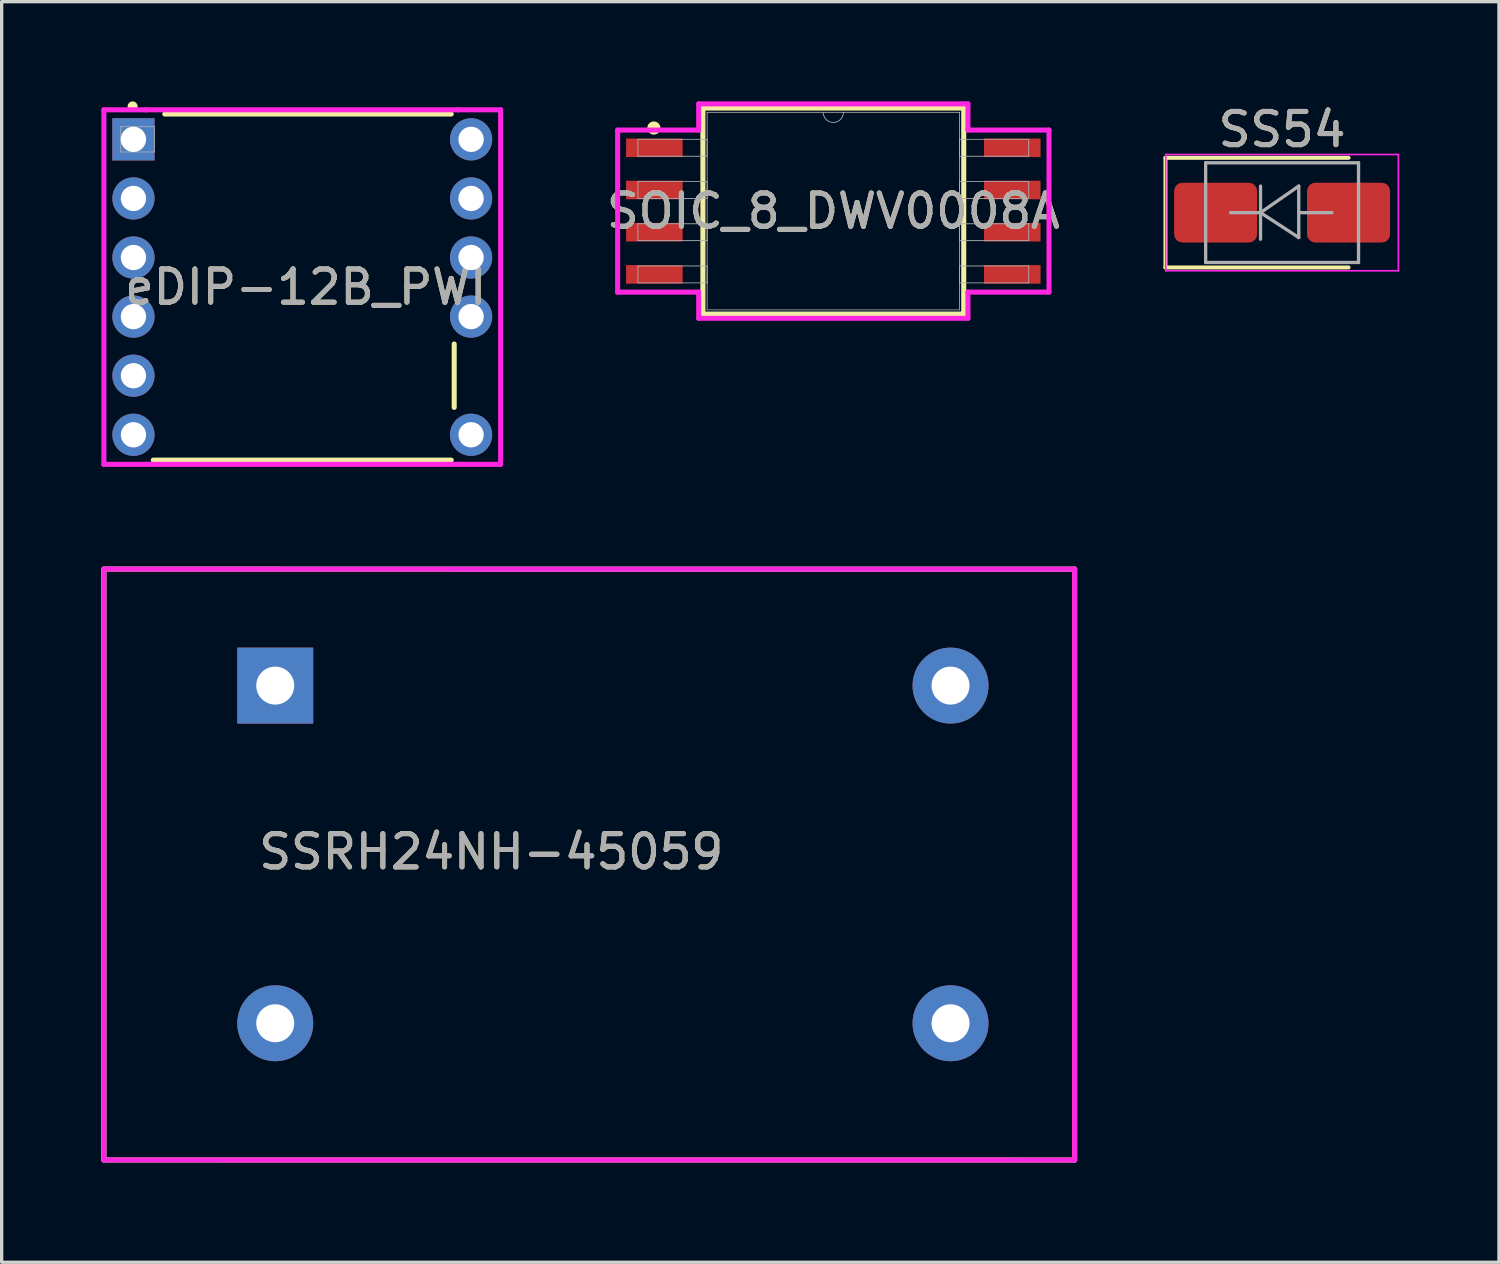
<source format=kicad_pcb>
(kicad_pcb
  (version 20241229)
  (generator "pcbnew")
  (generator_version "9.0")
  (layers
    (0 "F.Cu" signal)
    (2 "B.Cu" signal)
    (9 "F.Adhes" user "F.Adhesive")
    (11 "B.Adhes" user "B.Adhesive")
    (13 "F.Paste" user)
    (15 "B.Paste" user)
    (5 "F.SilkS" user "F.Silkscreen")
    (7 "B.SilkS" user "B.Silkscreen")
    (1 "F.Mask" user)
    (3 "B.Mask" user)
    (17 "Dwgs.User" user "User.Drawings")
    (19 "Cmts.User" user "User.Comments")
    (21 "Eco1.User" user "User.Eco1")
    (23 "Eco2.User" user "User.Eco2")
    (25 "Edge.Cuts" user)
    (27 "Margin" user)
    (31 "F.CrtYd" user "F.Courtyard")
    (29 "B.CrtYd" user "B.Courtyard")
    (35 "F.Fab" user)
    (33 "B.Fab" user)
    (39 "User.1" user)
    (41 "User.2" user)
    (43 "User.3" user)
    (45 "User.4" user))
  (footprint "SOIC_8_DWV0008A"
    (layer "F.Cu")
    (at 22.025 3.302)
    (property "Reference" "SOIC_8_DWV0008A" (at 0 0 0) (unlocked yes) (layer "F.SilkS") (effects (font (size 1 1) (thickness 0.15))))
    (attr smd)
    (fp_line (start -3.924 -3.099) (end -3.924 3.099) (stroke (width 0.152) (type solid)) (layer "F.SilkS"))
    (fp_line (start -3.924 3.099) (end 3.924 3.099) (stroke (width 0.152) (type solid)) (layer "F.SilkS"))
    (fp_line (start 3.924 -3.099) (end -3.924 -3.099) (stroke (width 0.152) (type solid)) (layer "F.SilkS"))
    (fp_line (start 3.924 3.099) (end 3.924 -3.099) (stroke (width 0.152) (type solid)) (layer "F.SilkS"))
    (fp_circle (center -5.4 -2.5) (end -5.3 -2.5) (stroke (width 0.2) (type solid)) (fill no) (layer "F.SilkS"))
    (fp_line (start -6.49 -2.438) (end -4.051 -2.438) (stroke (width 0.152) (type solid)) (layer "F.CrtYd"))
    (fp_line (start -6.49 2.438) (end -6.49 -2.438) (stroke (width 0.152) (type solid)) (layer "F.CrtYd"))
    (fp_line (start -6.49 2.438) (end -4.051 2.438) (stroke (width 0.152) (type solid)) (layer "F.CrtYd"))
    (fp_line (start -4.051 -3.226) (end 4.051 -3.226) (stroke (width 0.152) (type solid)) (layer "F.CrtYd"))
    (fp_line (start -4.051 -2.438) (end -4.051 -3.226) (stroke (width 0.152) (type solid)) (layer "F.CrtYd"))
    (fp_line (start -4.051 3.226) (end -4.051 2.438) (stroke (width 0.152) (type solid)) (layer "F.CrtYd"))
    (fp_line (start 4.051 -3.226) (end 4.051 -2.438) (stroke (width 0.152) (type solid)) (layer "F.CrtYd"))
    (fp_line (start 4.051 2.438) (end 4.051 3.226) (stroke (width 0.152) (type solid)) (layer "F.CrtYd"))
    (fp_line (start 4.051 3.226) (end -4.051 3.226) (stroke (width 0.152) (type solid)) (layer "F.CrtYd"))
    (fp_line (start 6.49 -2.438) (end 4.051 -2.438) (stroke (width 0.152) (type solid)) (layer "F.CrtYd"))
    (fp_line (start 6.49 -2.438) (end 6.49 2.438) (stroke (width 0.152) (type solid)) (layer "F.CrtYd"))
    (fp_line (start 6.49 2.438) (end 4.051 2.438) (stroke (width 0.152) (type solid)) (layer "F.CrtYd"))
    (fp_line (start -5.88 -2.159) (end -5.88 -1.651) (stroke (width 0.025) (type solid)) (layer "F.Fab"))
    (fp_line (start -5.88 -1.651) (end -3.797 -1.651) (stroke (width 0.025) (type solid)) (layer "F.Fab"))
    (fp_line (start -5.88 -0.889) (end -5.88 -0.381) (stroke (width 0.025) (type solid)) (layer "F.Fab"))
    (fp_line (start -5.88 -0.381) (end -3.797 -0.381) (stroke (width 0.025) (type solid)) (layer "F.Fab"))
    (fp_line (start -5.88 0.381) (end -5.88 0.889) (stroke (width 0.025) (type solid)) (layer "F.Fab"))
    (fp_line (start -5.88 0.889) (end -3.797 0.889) (stroke (width 0.025) (type solid)) (layer "F.Fab"))
    (fp_line (start -5.88 1.651) (end -5.88 2.159) (stroke (width 0.025) (type solid)) (layer "F.Fab"))
    (fp_line (start -5.88 2.159) (end -3.797 2.159) (stroke (width 0.025) (type solid)) (layer "F.Fab"))
    (fp_line (start -3.797 -2.972) (end -3.797 2.972) (stroke (width 0.025) (type solid)) (layer "F.Fab"))
    (fp_line (start -3.797 -2.159) (end -5.88 -2.159) (stroke (width 0.025) (type solid)) (layer "F.Fab"))
    (fp_line (start -3.797 -1.651) (end -3.797 -2.159) (stroke (width 0.025) (type solid)) (layer "F.Fab"))
    (fp_line (start -3.797 -0.889) (end -5.88 -0.889) (stroke (width 0.025) (type solid)) (layer "F.Fab"))
    (fp_line (start -3.797 -0.381) (end -3.797 -0.889) (stroke (width 0.025) (type solid)) (layer "F.Fab"))
    (fp_line (start -3.797 0.381) (end -5.88 0.381) (stroke (width 0.025) (type solid)) (layer "F.Fab"))
    (fp_line (start -3.797 0.889) (end -3.797 0.381) (stroke (width 0.025) (type solid)) (layer "F.Fab"))
    (fp_line (start -3.797 1.651) (end -5.88 1.651) (stroke (width 0.025) (type solid)) (layer "F.Fab"))
    (fp_line (start -3.797 2.159) (end -3.797 1.651) (stroke (width 0.025) (type solid)) (layer "F.Fab"))
    (fp_line (start -3.797 2.972) (end 3.797 2.972) (stroke (width 0.025) (type solid)) (layer "F.Fab"))
    (fp_line (start 3.797 -2.972) (end -3.797 -2.972) (stroke (width 0.025) (type solid)) (layer "F.Fab"))
    (fp_line (start 3.797 -2.159) (end 3.797 -1.651) (stroke (width 0.025) (type solid)) (layer "F.Fab"))
    (fp_line (start 3.797 -1.651) (end 5.88 -1.651) (stroke (width 0.025) (type solid)) (layer "F.Fab"))
    (fp_line (start 3.797 -0.889) (end 3.797 -0.381) (stroke (width 0.025) (type solid)) (layer "F.Fab"))
    (fp_line (start 3.797 -0.381) (end 5.88 -0.381) (stroke (width 0.025) (type solid)) (layer "F.Fab"))
    (fp_line (start 3.797 0.381) (end 3.797 0.889) (stroke (width 0.025) (type solid)) (layer "F.Fab"))
    (fp_line (start 3.797 0.889) (end 5.88 0.889) (stroke (width 0.025) (type solid)) (layer "F.Fab"))
    (fp_line (start 3.797 1.651) (end 3.797 2.159) (stroke (width 0.025) (type solid)) (layer "F.Fab"))
    (fp_line (start 3.797 2.159) (end 5.88 2.159) (stroke (width 0.025) (type solid)) (layer "F.Fab"))
    (fp_line (start 3.797 2.972) (end 3.797 -2.972) (stroke (width 0.025) (type solid)) (layer "F.Fab"))
    (fp_line (start 5.88 -2.159) (end 3.797 -2.159) (stroke (width 0.025) (type solid)) (layer "F.Fab"))
    (fp_line (start 5.88 -1.651) (end 5.88 -2.159) (stroke (width 0.025) (type solid)) (layer "F.Fab"))
    (fp_line (start 5.88 -0.889) (end 3.797 -0.889) (stroke (width 0.025) (type solid)) (layer "F.Fab"))
    (fp_line (start 5.88 -0.381) (end 5.88 -0.889) (stroke (width 0.025) (type solid)) (layer "F.Fab"))
    (fp_line (start 5.88 0.381) (end 3.797 0.381) (stroke (width 0.025) (type solid)) (layer "F.Fab"))
    (fp_line (start 5.88 0.889) (end 5.88 0.381) (stroke (width 0.025) (type solid)) (layer "F.Fab"))
    (fp_line (start 5.88 1.651) (end 3.797 1.651) (stroke (width 0.025) (type solid)) (layer "F.Fab"))
    (fp_line (start 5.88 2.159) (end 5.88 1.651) (stroke (width 0.025) (type solid)) (layer "F.Fab"))
    (fp_arc (start 0.3048 -2.9718) (mid 0 -2.667) (end -0.3048 -2.9718) (stroke (width 0.0254) (type solid)) (layer "F.Fab"))
    (fp_text user "${REFERENCE}" (at 0 0 0) (unlocked yes) (layer "F.Fab") (effects (font (size 1 1) (thickness 0.15))))
    (pad "1" smd rect (at -5.385 -1.905) (size 1.702 0.559) (layers "F.Cu" "F.Mask" "F.Paste"))
    (pad "2" smd rect (at -5.385 -0.635) (size 1.702 0.559) (layers "F.Cu" "F.Mask" "F.Paste"))
    (pad "3" smd rect (at -5.385 0.635) (size 1.702 0.559) (layers "F.Cu" "F.Mask" "F.Paste"))
    (pad "4" smd rect (at -5.385 1.905) (size 1.702 0.559) (layers "F.Cu" "F.Mask" "F.Paste"))
    (pad "5" smd rect (at 5.385 1.905) (size 1.702 0.559) (layers "F.Cu" "F.Mask" "F.Paste"))
    (pad "6" smd rect (at 5.385 0.635) (size 1.702 0.559) (layers "F.Cu" "F.Mask" "F.Paste"))
    (pad "7" smd rect (at 5.385 -0.635) (size 1.702 0.559) (layers "F.Cu" "F.Mask" "F.Paste"))
    (pad "8" smd rect (at 5.385 -1.905) (size 1.702 0.559) (layers "F.Cu" "F.Mask" "F.Paste")))
  (footprint "SS54"
    (layer "F.Cu")
    (at 35.529 3.348)
    (property "Reference" "SS54" (at 0 -2.5 0) (layer "F.SilkS") (effects (font (size 1 1) (thickness 0.15))))
    (attr smd)
    (fp_line (start -3.51 -1.65) (end -3.51 1.65) (stroke (width 0.12) (type solid)) (layer "F.SilkS"))
    (fp_line (start -3.51 -1.65) (end 2 -1.65) (stroke (width 0.12) (type solid)) (layer "F.SilkS"))
    (fp_line (start -3.51 1.65) (end 2 1.65) (stroke (width 0.12) (type solid)) (layer "F.SilkS"))
    (fp_line (start -3.5 -1.75) (end 3.5 -1.75) (stroke (width 0.05) (type solid)) (layer "F.CrtYd"))
    (fp_line (start -3.5 1.75) (end -3.5 -1.75) (stroke (width 0.05) (type solid)) (layer "F.CrtYd"))
    (fp_line (start 3.5 -1.75) (end 3.5 1.75) (stroke (width 0.05) (type solid)) (layer "F.CrtYd"))
    (fp_line (start 3.5 1.75) (end -3.5 1.75) (stroke (width 0.05) (type solid)) (layer "F.CrtYd"))
    (fp_line (start -2.3 1.5) (end -2.3 -1.5) (stroke (width 0.1) (type solid)) (layer "F.Fab"))
    (fp_line (start -0.649 -0.799) (end -0.649 0.801) (stroke (width 0.1) (type solid)) (layer "F.Fab"))
    (fp_line (start -0.649 0.001) (end -1.551 0.001) (stroke (width 0.1) (type solid)) (layer "F.Fab"))
    (fp_line (start -0.649 0.001) (end 0.501 -0.799) (stroke (width 0.1) (type solid)) (layer "F.Fab"))
    (fp_line (start -0.649 0.001) (end 0.501 0.75) (stroke (width 0.1) (type solid)) (layer "F.Fab"))
    (fp_line (start 0.501 0.001) (end 1.499 0.001) (stroke (width 0.1) (type solid)) (layer "F.Fab"))
    (fp_line (start 0.501 0.75) (end 0.501 -0.799) (stroke (width 0.1) (type solid)) (layer "F.Fab"))
    (fp_line (start 2.3 -1.5) (end -2.3 -1.5) (stroke (width 0.1) (type solid)) (layer "F.Fab"))
    (fp_line (start 2.3 -1.5) (end 2.3 1.5) (stroke (width 0.1) (type solid)) (layer "F.Fab"))
    (fp_line (start 2.3 1.5) (end -2.3 1.5) (stroke (width 0.1) (type solid)) (layer "F.Fab"))
    (fp_text user "${REFERENCE}" (at 0 -2.5 0) (layer "F.Fab") (effects (font (size 1 1) (thickness 0.15))))
    (pad "1" smd roundrect (at -2 0) (size 2.5 1.8) (layers "F.Cu" "F.Mask" "F.Paste") (roundrect_rratio 0.139))
    (pad "2" smd roundrect (at 2 0) (size 2.5 1.8) (layers "F.Cu" "F.Mask" "F.Paste") (roundrect_rratio 0.139)))
  (footprint "eDIP-12B_PWI"
    (layer "F.Cu")
    (at 0.965 1.143)
    (property "Reference" "eDIP-12B_PWI" (at 5.182 4.445 0) (unlocked yes) (layer "F.SilkS") (effects (font (size 1 1) (thickness 0.15))))
    (attr through_hole)
    (fp_line (start 0.597 9.652) (end 9.563 9.652) (stroke (width 0.152) (type solid)) (layer "F.SilkS"))
    (fp_line (start 9.563 -0.762) (end 0.943 -0.762) (stroke (width 0.152) (type solid)) (layer "F.SilkS"))
    (fp_line (start 9.652 8.066) (end 9.652 6.158) (stroke (width 0.152) (type solid)) (layer "F.SilkS"))
    (fp_circle (center -0.025 -0.991) (end 0.051 -0.991) (stroke (width 0.152) (type solid)) (fill no) (layer "F.SilkS"))
    (fp_line (start -0.889 -0.889) (end 0.381 -0.889) (stroke (width 0.152) (type solid)) (layer "F.CrtYd"))
    (fp_line (start -0.889 9.779) (end -0.889 -0.889) (stroke (width 0.152) (type solid)) (layer "F.CrtYd"))
    (fp_line (start 0.381 -0.889) (end 0.381 -0.889) (stroke (width 0.152) (type solid)) (layer "F.CrtYd"))
    (fp_line (start 0.381 -0.889) (end 9.779 -0.889) (stroke (width 0.152) (type solid)) (layer "F.CrtYd"))
    (fp_line (start 0.381 9.779) (end -0.889 9.779) (stroke (width 0.152) (type solid)) (layer "F.CrtYd"))
    (fp_line (start 0.381 9.779) (end 0.381 9.779) (stroke (width 0.152) (type solid)) (layer "F.CrtYd"))
    (fp_line (start 9.779 -0.889) (end 9.779 -0.889) (stroke (width 0.152) (type solid)) (layer "F.CrtYd"))
    (fp_line (start 9.779 9.779) (end 0.381 9.779) (stroke (width 0.152) (type solid)) (layer "F.CrtYd"))
    (fp_line (start 9.779 9.779) (end 9.779 9.779) (stroke (width 0.152) (type solid)) (layer "F.CrtYd"))
    (fp_line (start 11.049 -0.889) (end 9.779 -0.889) (stroke (width 0.152) (type solid)) (layer "F.CrtYd"))
    (fp_line (start 11.049 -0.889) (end 11.049 9.779) (stroke (width 0.152) (type solid)) (layer "F.CrtYd"))
    (fp_line (start 11.049 9.779) (end 9.779 9.779) (stroke (width 0.152) (type solid)) (layer "F.CrtYd"))
    (fp_line (start -0.381 -0.381) (end -0.381 0.381) (stroke (width 0.025) (type solid)) (layer "F.Fab"))
    (fp_line (start -0.381 0.381) (end 0.635 0.381) (stroke (width 0.025) (type solid)) (layer "F.Fab"))
    (fp_line (start 0.635 -0.381) (end -0.381 -0.381) (stroke (width 0.025) (type solid)) (layer "F.Fab"))
    (fp_line (start 0.635 0.381) (end 0.635 -0.381) (stroke (width 0.025) (type solid)) (layer "F.Fab"))
    (fp_text user "${REFERENCE}" (at 5.182 4.445 0) (unlocked yes) (layer "F.Fab") (effects (font (size 1 1) (thickness 0.15))))
    (pad "1" thru_hole circle (at 10.16 0) (size 1.27 1.27) (drill 0.762) (layers "*.Cu" "*.Mask"))
    (pad "2" thru_hole circle (at 10.16 1.778) (size 1.27 1.27) (drill 0.762) (layers "*.Cu" "*.Mask"))
    (pad "3" thru_hole circle (at 10.16 3.556) (size 1.27 1.27) (drill 0.762) (layers "*.Cu" "*.Mask"))
    (pad "4" thru_hole circle (at 10.16 5.334) (size 1.27 1.27) (drill 0.762) (layers "*.Cu" "*.Mask"))
    (pad "6" thru_hole circle (at 10.16 8.89) (size 1.27 1.27) (drill 0.762) (layers "*.Cu" "*.Mask"))
    (pad "7" thru_hole circle (at 0 8.89) (size 1.27 1.27) (drill 0.762) (layers "*.Cu" "*.Mask"))
    (pad "8" thru_hole circle (at 0 7.112) (size 1.27 1.27) (drill 0.762) (layers "*.Cu" "*.Mask"))
    (pad "9" thru_hole circle (at 0 5.334) (size 1.27 1.27) (drill 0.762) (layers "*.Cu" "*.Mask"))
    (pad "10" thru_hole circle (at 0 3.556) (size 1.27 1.27) (drill 0.762) (layers "*.Cu" "*.Mask"))
    (pad "11" thru_hole circle (at 0 1.778) (size 1.27 1.27) (drill 0.762) (layers "*.Cu" "*.Mask"))
    (pad "12" thru_hole rect (at 0 0) (size 1.27 1.27) (drill 0.762) (layers "*.Cu" "*.Mask")))
  (footprint "SSRH24NH-45059"
    (layer "F.Cu")
    (at 14.681 23.075)
    (property "Reference" "SSRH24NH-45059" (at -2.949 -0.495 0) (unlocked yes) (layer "F.SilkS") (effects (font (size 1 1) (thickness 0.15))))
    (attr through_hole)
    (fp_line (start -14.605 -9.001) (end -14.605 8.779) (stroke (width 0.152) (type solid)) (layer "F.SilkS"))
    (fp_line (start -14.605 -9.001) (end 14.605 -8.999) (stroke (width 0.152) (type solid)) (layer "F.SilkS"))
    (fp_line (start -14.605 8.779) (end 14.605 8.781) (stroke (width 0.152) (type solid)) (layer "F.SilkS"))
    (fp_line (start 14.605 -8.999) (end 14.605 8.781) (stroke (width 0.152) (type solid)) (layer "F.SilkS"))
    (fp_line (start -14.605 -9.001) (end -14.605 8.779) (stroke (width 0.152) (type solid)) (layer "F.CrtYd"))
    (fp_line (start -14.605 -9.001) (end 14.605 -8.999) (stroke (width 0.152) (type solid)) (layer "F.CrtYd"))
    (fp_line (start -14.605 8.779) (end 14.605 8.781) (stroke (width 0.152) (type solid)) (layer "F.CrtYd"))
    (fp_line (start 14.605 -8.999) (end 14.605 8.781) (stroke (width 0.152) (type solid)) (layer "F.CrtYd"))
    (fp_text user "${REFERENCE}" (at -2.949 -0.495 0) (unlocked yes) (layer "F.Fab") (effects (font (size 1 1) (thickness 0.15))))
    (pad "1" thru_hole rect (at -9.449 -5.495) (size 2.286 2.286) (drill 1.143) (layers "*.Cu" "*.Mask"))
    (pad "2" thru_hole circle (at 10.871 -5.495) (size 2.286 2.286) (drill 1.143) (layers "*.Cu" "*.Mask"))
    (pad "3" thru_hole circle (at 10.871 4.665) (size 2.286 2.286) (drill 1.143) (layers "*.Cu" "*.Mask"))
    (pad "4" thru_hole circle (at -9.449 4.665) (size 2.286 2.286) (drill 1.143) (layers "*.Cu" "*.Mask")))
  (gr_rect
    (start -3 -3)
    (end 42.054 34.932)
    (stroke (width 0.1) (type default))
    (fill no)
    (layer "Edge.Cuts")))
</source>
